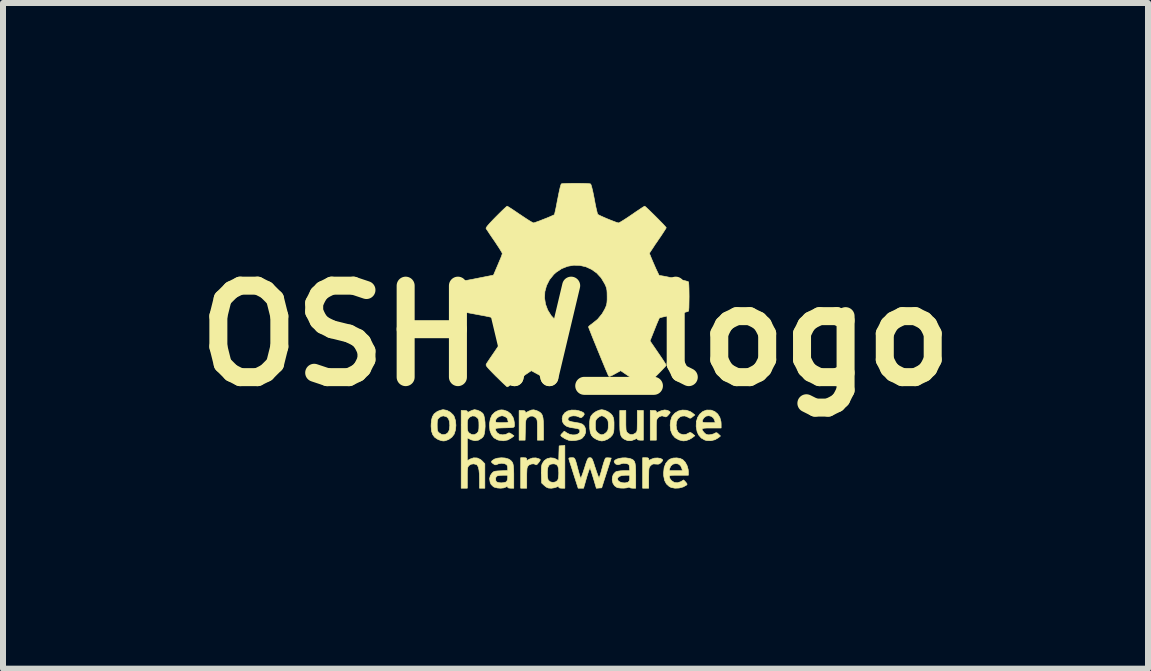
<source format=kicad_pcb>
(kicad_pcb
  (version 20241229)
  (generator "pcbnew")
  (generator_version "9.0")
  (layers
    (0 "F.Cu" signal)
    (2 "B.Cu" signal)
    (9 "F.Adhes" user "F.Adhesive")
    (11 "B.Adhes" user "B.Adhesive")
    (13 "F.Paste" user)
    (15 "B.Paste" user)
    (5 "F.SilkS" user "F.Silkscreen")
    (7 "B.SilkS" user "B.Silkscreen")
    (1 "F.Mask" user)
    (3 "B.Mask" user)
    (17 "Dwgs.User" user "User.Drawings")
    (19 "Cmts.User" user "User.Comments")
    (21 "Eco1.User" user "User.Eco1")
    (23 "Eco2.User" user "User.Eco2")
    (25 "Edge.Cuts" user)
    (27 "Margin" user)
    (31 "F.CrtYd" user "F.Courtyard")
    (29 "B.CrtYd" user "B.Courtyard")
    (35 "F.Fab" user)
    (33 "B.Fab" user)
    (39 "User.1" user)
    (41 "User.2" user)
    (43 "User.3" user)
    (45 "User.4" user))
  (footprint "OSHW_logo"
    (layer "F.Cu")
    (at 6.539 2.544)
    (property "Reference" "OSHW_logo" (at 0 0 0) (layer "F.SilkS") (effects (font (size 1.524 1.524) (thickness 0.3))))
    (attr through_hole)
    (fp_poly (pts (xy 1.533 1.243) (xy 1.566 1.261) (xy 1.577 1.272) (xy 1.574 1.286) (xy 1.556 1.309) (xy 1.549 1.318) (xy 1.523 1.344) (xy 1.504 1.352) (xy 1.487 1.347) (xy 1.441 1.334) (xy 1.399 1.347) (xy 1.377 1.365) (xy 1.365 1.378) (xy 1.356 1.393) (xy 1.351 1.414) (xy 1.348 1.445) (xy 1.346 1.492) (xy 1.346 1.559) (xy 1.346 1.568) (xy 1.346 1.74) (xy 1.245 1.74) (xy 1.245 1.245) (xy 1.295 1.245) (xy 1.33 1.247) (xy 1.345 1.257) (xy 1.346 1.265) (xy 1.351 1.28) (xy 1.356 1.28) (xy 1.427 1.249) (xy 1.485 1.236) (xy 1.533 1.243)) (stroke (width 0.01) (type solid)) (fill yes) (layer "F.SilkS"))
    (fp_poly (pts (xy -0.83 2.034) (xy -0.816 2.043) (xy -0.813 2.057) (xy -0.812 2.073) (xy -0.804 2.075) (xy -0.784 2.065) (xy -0.772 2.057) (xy -0.718 2.037) (xy -0.66 2.035) (xy -0.608 2.05) (xy -0.586 2.065) (xy -0.59 2.077) (xy -0.605 2.101) (xy -0.616 2.115) (xy -0.641 2.144) (xy -0.658 2.151) (xy -0.664 2.147) (xy -0.693 2.134) (xy -0.732 2.136) (xy -0.769 2.15) (xy -0.785 2.163) (xy -0.796 2.177) (xy -0.804 2.193) (xy -0.809 2.216) (xy -0.811 2.252) (xy -0.813 2.304) (xy -0.813 2.366) (xy -0.813 2.54) (xy -0.914 2.54) (xy -0.914 2.032) (xy -0.864 2.032) (xy -0.83 2.034)) (stroke (width 0.01) (type solid)) (fill yes) (layer "F.SilkS"))
    (fp_poly (pts (xy 1.202 2.034) (xy 1.217 2.043) (xy 1.219 2.056) (xy 1.221 2.07) (xy 1.229 2.073) (xy 1.25 2.064) (xy 1.267 2.055) (xy 1.314 2.039) (xy 1.367 2.036) (xy 1.415 2.044) (xy 1.442 2.058) (xy 1.453 2.071) (xy 1.448 2.085) (xy 1.427 2.11) (xy 1.427 2.11) (xy 1.402 2.132) (xy 1.377 2.14) (xy 1.34 2.138) (xy 1.339 2.138) (xy 1.301 2.135) (xy 1.275 2.143) (xy 1.252 2.163) (xy 1.239 2.177) (xy 1.23 2.192) (xy 1.224 2.212) (xy 1.221 2.242) (xy 1.22 2.287) (xy 1.219 2.352) (xy 1.219 2.368) (xy 1.219 2.54) (xy 1.118 2.54) (xy 1.118 2.032) (xy 1.168 2.032) (xy 1.202 2.034)) (stroke (width 0.01) (type solid)) (fill yes) (layer "F.SilkS"))
    (fp_poly (pts (xy 0.838 1.417) (xy 0.838 1.486) (xy 0.84 1.535) (xy 0.842 1.568) (xy 0.847 1.589) (xy 0.856 1.605) (xy 0.868 1.618) (xy 0.869 1.62) (xy 0.91 1.646) (xy 0.953 1.647) (xy 0.995 1.625) (xy 1.008 1.614) (xy 1.018 1.602) (xy 1.024 1.584) (xy 1.027 1.557) (xy 1.028 1.515) (xy 1.029 1.454) (xy 1.029 1.421) (xy 1.029 1.245) (xy 1.13 1.245) (xy 1.13 1.74) (xy 1.079 1.74) (xy 1.043 1.736) (xy 1.029 1.725) (xy 1.029 1.722) (xy 1.024 1.713) (xy 1.007 1.717) (xy 0.982 1.729) (xy 0.925 1.749) (xy 0.872 1.748) (xy 0.827 1.731) (xy 0.795 1.713) (xy 0.772 1.691) (xy 0.756 1.662) (xy 0.745 1.622) (xy 0.739 1.567) (xy 0.737 1.492) (xy 0.737 1.438) (xy 0.737 1.245) (xy 0.838 1.245) (xy 0.838 1.417)) (stroke (width 0.01) (type solid)) (fill yes) (layer "F.SilkS"))
    (fp_poly (pts (xy -0.652 1.246) (xy -0.628 1.256) (xy -0.595 1.274) (xy -0.571 1.296) (xy -0.553 1.326) (xy -0.542 1.369) (xy -0.536 1.427) (xy -0.534 1.504) (xy -0.533 1.554) (xy -0.533 1.74) (xy -0.635 1.74) (xy -0.635 1.568) (xy -0.635 1.498) (xy -0.636 1.45) (xy -0.639 1.417) (xy -0.644 1.395) (xy -0.652 1.38) (xy -0.665 1.366) (xy -0.666 1.365) (xy -0.706 1.339) (xy -0.749 1.338) (xy -0.793 1.362) (xy -0.796 1.364) (xy -0.811 1.377) (xy -0.82 1.391) (xy -0.827 1.409) (xy -0.831 1.437) (xy -0.834 1.48) (xy -0.835 1.542) (xy -0.836 1.567) (xy -0.84 1.74) (xy -0.94 1.74) (xy -0.94 1.245) (xy -0.889 1.245) (xy -0.854 1.248) (xy -0.839 1.258) (xy -0.838 1.264) (xy -0.838 1.277) (xy -0.832 1.281) (xy -0.816 1.275) (xy -0.783 1.258) (xy -0.781 1.257) (xy -0.735 1.238) (xy -0.696 1.234) (xy -0.652 1.246)) (stroke (width 0.01) (type solid)) (fill yes) (layer "F.SilkS"))
    (fp_poly (pts (xy 1.847 1.241) (xy 1.913 1.264) (xy 1.949 1.288) (xy 1.988 1.32) (xy 1.95 1.35) (xy 1.925 1.37) (xy 1.907 1.374) (xy 1.885 1.364) (xy 1.874 1.357) (xy 1.822 1.336) (xy 1.772 1.339) (xy 1.742 1.352) (xy 1.703 1.385) (xy 1.682 1.436) (xy 1.676 1.492) (xy 1.685 1.559) (xy 1.709 1.607) (xy 1.742 1.633) (xy 1.794 1.649) (xy 1.844 1.642) (xy 1.874 1.627) (xy 1.9 1.613) (xy 1.918 1.612) (xy 1.94 1.626) (xy 1.95 1.634) (xy 1.988 1.665) (xy 1.949 1.696) (xy 1.9 1.726) (xy 1.842 1.747) (xy 1.797 1.752) (xy 1.769 1.747) (xy 1.731 1.737) (xy 1.721 1.734) (xy 1.659 1.699) (xy 1.614 1.647) (xy 1.586 1.578) (xy 1.577 1.495) (xy 1.579 1.457) (xy 1.587 1.408) (xy 1.6 1.363) (xy 1.609 1.343) (xy 1.654 1.29) (xy 1.712 1.254) (xy 1.778 1.238) (xy 1.847 1.241)) (stroke (width 0.01) (type solid)) (fill yes) (layer "F.SilkS"))
    (fp_poly (pts (xy -0.178 2.54) (xy -0.229 2.54) (xy -0.264 2.537) (xy -0.278 2.527) (xy -0.279 2.521) (xy -0.282 2.509) (xy -0.294 2.51) (xy -0.317 2.521) (xy -0.354 2.533) (xy -0.399 2.54) (xy -0.412 2.54) (xy -0.453 2.537) (xy -0.485 2.523) (xy -0.518 2.497) (xy -0.565 2.453) (xy -0.569 2.315) (xy -0.57 2.286) (xy -0.47 2.286) (xy -0.467 2.352) (xy -0.458 2.396) (xy -0.451 2.409) (xy -0.419 2.435) (xy -0.377 2.444) (xy -0.335 2.436) (xy -0.301 2.413) (xy -0.298 2.409) (xy -0.286 2.375) (xy -0.28 2.319) (xy -0.279 2.283) (xy -0.283 2.217) (xy -0.295 2.173) (xy -0.317 2.146) (xy -0.352 2.135) (xy -0.374 2.134) (xy -0.416 2.14) (xy -0.445 2.16) (xy -0.462 2.198) (xy -0.469 2.257) (xy -0.47 2.286) (xy -0.57 2.286) (xy -0.57 2.242) (xy -0.568 2.188) (xy -0.561 2.15) (xy -0.554 2.13) (xy -0.521 2.081) (xy -0.474 2.048) (xy -0.417 2.034) (xy -0.359 2.04) (xy -0.321 2.057) (xy -0.28 2.082) (xy -0.277 1.959) (xy -0.273 1.835) (xy -0.178 1.827) (xy -0.178 2.54)) (stroke (width 0.01) (type solid)) (fill yes) (layer "F.SilkS"))
    (fp_poly (pts (xy 1.745 2.045) (xy 1.788 2.066) (xy 1.828 2.108) (xy 1.859 2.165) (xy 1.877 2.229) (xy 1.88 2.263) (xy 1.88 2.324) (xy 1.721 2.324) (xy 1.655 2.324) (xy 1.61 2.325) (xy 1.583 2.328) (xy 1.569 2.333) (xy 1.563 2.341) (xy 1.562 2.35) (xy 1.571 2.376) (xy 1.592 2.406) (xy 1.599 2.414) (xy 1.645 2.444) (xy 1.697 2.45) (xy 1.752 2.432) (xy 1.761 2.427) (xy 1.801 2.402) (xy 1.834 2.437) (xy 1.855 2.463) (xy 1.858 2.478) (xy 1.852 2.486) (xy 1.794 2.519) (xy 1.726 2.537) (xy 1.657 2.54) (xy 1.594 2.528) (xy 1.561 2.511) (xy 1.514 2.468) (xy 1.484 2.411) (xy 1.469 2.336) (xy 1.467 2.286) (xy 1.471 2.248) (xy 1.559 2.248) (xy 1.781 2.248) (xy 1.772 2.213) (xy 1.75 2.165) (xy 1.712 2.136) (xy 1.67 2.129) (xy 1.621 2.14) (xy 1.586 2.172) (xy 1.568 2.213) (xy 1.559 2.248) (xy 1.471 2.248) (xy 1.476 2.197) (xy 1.503 2.127) (xy 1.546 2.074) (xy 1.575 2.055) (xy 1.626 2.038) (xy 1.687 2.035) (xy 1.745 2.045)) (stroke (width 0.01) (type solid)) (fill yes) (layer "F.SilkS"))
    (fp_poly (pts (xy -2.143 1.243) (xy -2.086 1.274) (xy -2.039 1.319) (xy -2.022 1.346) (xy -2 1.414) (xy -1.993 1.492) (xy -2 1.57) (xy -2.022 1.638) (xy -2.022 1.639) (xy -2.06 1.689) (xy -2.113 1.728) (xy -2.173 1.75) (xy -2.203 1.753) (xy -2.239 1.747) (xy -2.281 1.732) (xy -2.298 1.724) (xy -2.347 1.691) (xy -2.379 1.648) (xy -2.399 1.59) (xy -2.406 1.513) (xy -2.406 1.492) (xy -2.305 1.492) (xy -2.304 1.543) (xy -2.301 1.575) (xy -2.293 1.596) (xy -2.278 1.613) (xy -2.269 1.62) (xy -2.229 1.646) (xy -2.189 1.648) (xy -2.155 1.637) (xy -2.123 1.612) (xy -2.103 1.569) (xy -2.096 1.507) (xy -2.095 1.492) (xy -2.101 1.426) (xy -2.118 1.38) (xy -2.147 1.351) (xy -2.155 1.348) (xy -2.2 1.335) (xy -2.24 1.343) (xy -2.269 1.364) (xy -2.288 1.382) (xy -2.298 1.4) (xy -2.303 1.427) (xy -2.305 1.469) (xy -2.305 1.492) (xy -2.406 1.492) (xy -2.401 1.411) (xy -2.385 1.349) (xy -2.356 1.302) (xy -2.311 1.267) (xy -2.298 1.26) (xy -2.257 1.243) (xy -2.216 1.233) (xy -2.203 1.232) (xy -2.143 1.243)) (stroke (width 0.01) (type solid)) (fill yes) (layer "F.SilkS"))
    (fp_poly (pts (xy 0.49 1.242) (xy 0.545 1.268) (xy 0.592 1.304) (xy 0.616 1.333) (xy 0.629 1.362) (xy 0.637 1.396) (xy 0.641 1.443) (xy 0.641 1.492) (xy 0.64 1.554) (xy 0.636 1.597) (xy 0.626 1.629) (xy 0.616 1.651) (xy 0.581 1.691) (xy 0.531 1.725) (xy 0.476 1.747) (xy 0.438 1.753) (xy 0.403 1.747) (xy 0.36 1.732) (xy 0.343 1.724) (xy 0.296 1.695) (xy 0.265 1.659) (xy 0.246 1.612) (xy 0.237 1.548) (xy 0.235 1.492) (xy 0.33 1.492) (xy 0.331 1.54) (xy 0.336 1.57) (xy 0.348 1.593) (xy 0.367 1.614) (xy 0.404 1.641) (xy 0.438 1.651) (xy 0.473 1.641) (xy 0.509 1.614) (xy 0.529 1.591) (xy 0.54 1.568) (xy 0.545 1.536) (xy 0.546 1.492) (xy 0.545 1.445) (xy 0.54 1.414) (xy 0.528 1.392) (xy 0.509 1.371) (xy 0.473 1.344) (xy 0.438 1.333) (xy 0.403 1.344) (xy 0.367 1.371) (xy 0.347 1.393) (xy 0.336 1.416) (xy 0.331 1.448) (xy 0.33 1.492) (xy 0.235 1.492) (xy 0.236 1.431) (xy 0.241 1.388) (xy 0.25 1.355) (xy 0.261 1.333) (xy 0.295 1.294) (xy 0.345 1.26) (xy 0.4 1.238) (xy 0.438 1.232) (xy 0.49 1.242)) (stroke (width 0.01) (type solid)) (fill yes) (layer "F.SilkS"))
    (fp_poly (pts (xy 2.258 1.239) (xy 2.319 1.262) (xy 2.369 1.304) (xy 2.405 1.363) (xy 2.424 1.434) (xy 2.426 1.47) (xy 2.426 1.537) (xy 2.267 1.537) (xy 2.195 1.537) (xy 2.146 1.54) (xy 2.118 1.547) (xy 2.108 1.558) (xy 2.114 1.576) (xy 2.133 1.602) (xy 2.141 1.612) (xy 2.17 1.639) (xy 2.203 1.65) (xy 2.225 1.651) (xy 2.268 1.645) (xy 2.308 1.632) (xy 2.312 1.629) (xy 2.338 1.616) (xy 2.356 1.617) (xy 2.377 1.634) (xy 2.382 1.639) (xy 2.415 1.67) (xy 2.382 1.698) (xy 2.324 1.732) (xy 2.255 1.749) (xy 2.184 1.746) (xy 2.153 1.737) (xy 2.095 1.704) (xy 2.05 1.652) (xy 2.025 1.595) (xy 2.01 1.511) (xy 2.013 1.432) (xy 2.112 1.432) (xy 2.124 1.442) (xy 2.155 1.447) (xy 2.208 1.448) (xy 2.218 1.448) (xy 2.327 1.448) (xy 2.319 1.413) (xy 2.298 1.37) (xy 2.263 1.343) (xy 2.221 1.332) (xy 2.179 1.338) (xy 2.143 1.363) (xy 2.127 1.385) (xy 2.113 1.414) (xy 2.112 1.432) (xy 2.013 1.432) (xy 2.013 1.432) (xy 2.034 1.361) (xy 2.071 1.304) (xy 2.122 1.261) (xy 2.185 1.238) (xy 2.19 1.238) (xy 2.258 1.239)) (stroke (width 0.01) (type solid)) (fill yes) (layer "F.SilkS"))
    (fp_poly (pts (xy 0.004 1.239) (xy 0.054 1.249) (xy 0.108 1.268) (xy 0.138 1.287) (xy 0.146 1.308) (xy 0.132 1.333) (xy 0.125 1.341) (xy 0.102 1.361) (xy 0.084 1.365) (xy 0.058 1.354) (xy 0.056 1.353) (xy 0.011 1.337) (xy -0.037 1.334) (xy -0.08 1.341) (xy -0.112 1.359) (xy -0.127 1.384) (xy -0.127 1.39) (xy -0.121 1.408) (xy -0.102 1.422) (xy -0.065 1.433) (xy -0.007 1.443) (xy 0.004 1.445) (xy 0.068 1.456) (xy 0.112 1.472) (xy 0.141 1.496) (xy 0.159 1.531) (xy 0.166 1.552) (xy 0.169 1.609) (xy 0.149 1.662) (xy 0.111 1.706) (xy 0.093 1.718) (xy 0.048 1.735) (xy -0.008 1.745) (xy -0.066 1.748) (xy -0.113 1.742) (xy -0.115 1.741) (xy -0.177 1.715) (xy -0.228 1.682) (xy -0.232 1.679) (xy -0.245 1.665) (xy -0.244 1.651) (xy -0.227 1.63) (xy -0.221 1.625) (xy -0.188 1.59) (xy -0.143 1.62) (xy -0.098 1.642) (xy -0.05 1.652) (xy -0.004 1.651) (xy 0.035 1.639) (xy 0.063 1.619) (xy 0.073 1.591) (xy 0.07 1.576) (xy 0.065 1.564) (xy 0.054 1.555) (xy 0.033 1.547) (xy -0.002 1.541) (xy -0.056 1.533) (xy -0.079 1.53) (xy -0.142 1.512) (xy -0.189 1.479) (xy -0.217 1.433) (xy -0.223 1.379) (xy -0.211 1.329) (xy -0.179 1.284) (xy -0.13 1.253) (xy -0.068 1.238) (xy 0.004 1.239)) (stroke (width 0.01) (type solid)) (fill yes) (layer "F.SilkS"))
    (fp_poly (pts (xy 0.89 2.042) (xy 0.904 2.045) (xy 0.938 2.057) (xy 0.963 2.072) (xy 0.981 2.094) (xy 0.992 2.127) (xy 0.999 2.175) (xy 1.002 2.24) (xy 1.003 2.328) (xy 1.003 2.332) (xy 1.003 2.54) (xy 0.953 2.54) (xy 0.921 2.537) (xy 0.903 2.53) (xy 0.902 2.527) (xy 0.894 2.52) (xy 0.877 2.527) (xy 0.847 2.535) (xy 0.803 2.539) (xy 0.754 2.538) (xy 0.711 2.533) (xy 0.691 2.528) (xy 0.65 2.499) (xy 0.623 2.456) (xy 0.611 2.406) (xy 0.612 2.388) (xy 0.699 2.388) (xy 0.71 2.415) (xy 0.739 2.436) (xy 0.78 2.449) (xy 0.825 2.452) (xy 0.868 2.442) (xy 0.877 2.438) (xy 0.895 2.419) (xy 0.902 2.385) (xy 0.902 2.374) (xy 0.902 2.324) (xy 0.828 2.324) (xy 0.767 2.33) (xy 0.724 2.346) (xy 0.701 2.372) (xy 0.699 2.388) (xy 0.612 2.388) (xy 0.614 2.354) (xy 0.631 2.307) (xy 0.664 2.272) (xy 0.679 2.263) (xy 0.708 2.256) (xy 0.753 2.25) (xy 0.805 2.248) (xy 0.808 2.248) (xy 0.903 2.248) (xy 0.899 2.194) (xy 0.895 2.16) (xy 0.884 2.142) (xy 0.86 2.133) (xy 0.843 2.129) (xy 0.797 2.124) (xy 0.758 2.134) (xy 0.749 2.138) (xy 0.707 2.15) (xy 0.672 2.139) (xy 0.651 2.118) (xy 0.643 2.095) (xy 0.656 2.074) (xy 0.687 2.056) (xy 0.73 2.043) (xy 0.781 2.035) (xy 0.836 2.034) (xy 0.89 2.042)) (stroke (width 0.01) (type solid)) (fill yes) (layer "F.SilkS"))
    (fp_poly (pts (xy -1.199 1.238) (xy -1.133 1.26) (xy -1.079 1.302) (xy -1.041 1.361) (xy -1.028 1.401) (xy -1.02 1.445) (xy -1.017 1.484) (xy -1.018 1.499) (xy -1.02 1.512) (xy -1.027 1.521) (xy -1.041 1.527) (xy -1.067 1.53) (xy -1.11 1.532) (xy -1.174 1.534) (xy -1.178 1.534) (xy -1.243 1.536) (xy -1.287 1.538) (xy -1.314 1.541) (xy -1.328 1.547) (xy -1.333 1.555) (xy -1.333 1.563) (xy -1.325 1.589) (xy -1.304 1.618) (xy -1.302 1.62) (xy -1.262 1.644) (xy -1.212 1.651) (xy -1.161 1.643) (xy -1.137 1.631) (xy -1.115 1.619) (xy -1.097 1.62) (xy -1.071 1.635) (xy -1.065 1.639) (xy -1.025 1.668) (xy -1.062 1.698) (xy -1.128 1.736) (xy -1.202 1.75) (xy -1.28 1.74) (xy -1.302 1.733) (xy -1.359 1.701) (xy -1.4 1.649) (xy -1.426 1.58) (xy -1.434 1.496) (xy -1.433 1.463) (xy -1.426 1.422) (xy -1.333 1.422) (xy -1.332 1.434) (xy -1.323 1.442) (xy -1.302 1.446) (xy -1.264 1.448) (xy -1.224 1.448) (xy -1.171 1.447) (xy -1.139 1.445) (xy -1.124 1.44) (xy -1.121 1.432) (xy -1.123 1.428) (xy -1.129 1.404) (xy -1.13 1.396) (xy -1.141 1.372) (xy -1.169 1.35) (xy -1.206 1.336) (xy -1.226 1.333) (xy -1.268 1.343) (xy -1.305 1.367) (xy -1.329 1.399) (xy -1.333 1.422) (xy -1.426 1.422) (xy -1.419 1.383) (xy -1.391 1.321) (xy -1.346 1.276) (xy -1.317 1.259) (xy -1.273 1.24) (xy -1.235 1.235) (xy -1.199 1.238)) (stroke (width 0.01) (type solid)) (fill yes) (layer "F.SilkS"))
    (fp_poly (pts (xy -1.174 2.037) (xy -1.121 2.052) (xy -1.095 2.066) (xy -1.071 2.086) (xy -1.054 2.107) (xy -1.042 2.135) (xy -1.035 2.174) (xy -1.031 2.227) (xy -1.029 2.299) (xy -1.029 2.346) (xy -1.029 2.54) (xy -1.079 2.54) (xy -1.114 2.537) (xy -1.129 2.527) (xy -1.13 2.52) (xy -1.133 2.508) (xy -1.144 2.511) (xy -1.159 2.52) (xy -1.197 2.535) (xy -1.248 2.54) (xy -1.303 2.536) (xy -1.352 2.523) (xy -1.368 2.515) (xy -1.407 2.477) (xy -1.423 2.44) (xy -1.43 2.392) (xy -1.333 2.392) (xy -1.325 2.423) (xy -1.311 2.437) (xy -1.279 2.448) (xy -1.235 2.451) (xy -1.192 2.447) (xy -1.159 2.437) (xy -1.15 2.431) (xy -1.136 2.405) (xy -1.13 2.369) (xy -1.13 2.368) (xy -1.13 2.324) (xy -1.207 2.324) (xy -1.253 2.326) (xy -1.291 2.332) (xy -1.309 2.337) (xy -1.328 2.36) (xy -1.333 2.392) (xy -1.43 2.392) (xy -1.432 2.381) (xy -1.419 2.329) (xy -1.392 2.29) (xy -1.375 2.273) (xy -1.358 2.262) (xy -1.332 2.256) (xy -1.293 2.252) (xy -1.246 2.25) (xy -1.13 2.245) (xy -1.13 2.204) (xy -1.135 2.17) (xy -1.148 2.148) (xy -1.148 2.147) (xy -1.186 2.13) (xy -1.235 2.124) (xy -1.283 2.133) (xy -1.295 2.138) (xy -1.324 2.15) (xy -1.345 2.149) (xy -1.37 2.133) (xy -1.373 2.131) (xy -1.396 2.112) (xy -1.401 2.098) (xy -1.39 2.082) (xy -1.389 2.081) (xy -1.351 2.055) (xy -1.298 2.039) (xy -1.236 2.033) (xy -1.174 2.037)) (stroke (width 0.01) (type solid)) (fill yes) (layer "F.SilkS"))
    (fp_poly (pts (xy -0.031 2.034) (xy -0.02 2.041) (xy -0.009 2.057) (xy 0.002 2.085) (xy 0.015 2.128) (xy 0.031 2.189) (xy 0.051 2.264) (xy 0.065 2.313) (xy 0.077 2.351) (xy 0.085 2.372) (xy 0.088 2.375) (xy 0.094 2.363) (xy 0.106 2.332) (xy 0.123 2.285) (xy 0.142 2.227) (xy 0.15 2.203) (xy 0.171 2.136) (xy 0.187 2.089) (xy 0.2 2.059) (xy 0.21 2.042) (xy 0.221 2.034) (xy 0.235 2.032) (xy 0.239 2.032) (xy 0.254 2.033) (xy 0.265 2.038) (xy 0.276 2.052) (xy 0.287 2.077) (xy 0.302 2.118) (xy 0.321 2.179) (xy 0.33 2.204) (xy 0.35 2.265) (xy 0.368 2.315) (xy 0.382 2.35) (xy 0.392 2.366) (xy 0.394 2.366) (xy 0.4 2.351) (xy 0.412 2.315) (xy 0.427 2.266) (xy 0.443 2.206) (xy 0.445 2.199) (xy 0.462 2.139) (xy 0.478 2.089) (xy 0.492 2.053) (xy 0.502 2.037) (xy 0.503 2.036) (xy 0.526 2.033) (xy 0.556 2.034) (xy 0.595 2.038) (xy 0.436 2.534) (xy 0.392 2.537) (xy 0.347 2.541) (xy 0.299 2.379) (xy 0.28 2.318) (xy 0.264 2.266) (xy 0.251 2.227) (xy 0.243 2.207) (xy 0.242 2.206) (xy 0.235 2.214) (xy 0.223 2.242) (xy 0.208 2.287) (xy 0.19 2.344) (xy 0.183 2.368) (xy 0.134 2.54) (xy 0.044 2.54) (xy -0.031 2.308) (xy -0.054 2.234) (xy -0.075 2.168) (xy -0.093 2.113) (xy -0.105 2.074) (xy -0.111 2.054) (xy -0.111 2.054) (xy -0.111 2.04) (xy -0.096 2.033) (xy -0.065 2.032) (xy -0.046 2.032) (xy -0.031 2.034)) (stroke (width 0.01) (type solid)) (fill yes) (layer "F.SilkS"))
    (fp_poly (pts (xy -1.633 1.241) (xy -1.584 1.263) (xy -1.546 1.292) (xy -1.545 1.293) (xy -1.528 1.325) (xy -1.516 1.377) (xy -1.508 1.44) (xy -1.506 1.51) (xy -1.511 1.58) (xy -1.511 1.581) (xy -1.519 1.631) (xy -1.529 1.665) (xy -1.545 1.689) (xy -1.561 1.704) (xy -1.616 1.739) (xy -1.675 1.749) (xy -1.738 1.734) (xy -1.748 1.729) (xy -1.803 1.702) (xy -1.803 1.892) (xy -1.803 2.082) (xy -1.758 2.055) (xy -1.699 2.034) (xy -1.639 2.036) (xy -1.583 2.062) (xy -1.553 2.088) (xy -1.511 2.133) (xy -1.511 2.54) (xy -1.6 2.54) (xy -1.6 2.397) (xy -1.602 2.305) (xy -1.609 2.235) (xy -1.621 2.186) (xy -1.638 2.156) (xy -1.651 2.146) (xy -1.697 2.134) (xy -1.743 2.141) (xy -1.776 2.163) (xy -1.787 2.177) (xy -1.795 2.193) (xy -1.799 2.216) (xy -1.802 2.252) (xy -1.803 2.304) (xy -1.803 2.366) (xy -1.803 2.54) (xy -1.905 2.54) (xy -1.905 1.492) (xy -1.803 1.492) (xy -1.802 1.543) (xy -1.798 1.576) (xy -1.79 1.599) (xy -1.774 1.618) (xy -1.772 1.62) (xy -1.731 1.646) (xy -1.687 1.649) (xy -1.646 1.627) (xy -1.638 1.619) (xy -1.623 1.599) (xy -1.614 1.576) (xy -1.61 1.541) (xy -1.609 1.492) (xy -1.61 1.441) (xy -1.614 1.407) (xy -1.623 1.384) (xy -1.638 1.365) (xy -1.678 1.339) (xy -1.722 1.336) (xy -1.764 1.357) (xy -1.772 1.365) (xy -1.788 1.384) (xy -1.798 1.406) (xy -1.802 1.437) (xy -1.803 1.486) (xy -1.803 1.492) (xy -1.905 1.492) (xy -1.905 1.245) (xy -1.854 1.245) (xy -1.819 1.248) (xy -1.804 1.258) (xy -1.803 1.264) (xy -1.8 1.274) (xy -1.785 1.272) (xy -1.756 1.257) (xy -1.719 1.241) (xy -1.686 1.232) (xy -1.679 1.232) (xy -1.633 1.241)) (stroke (width 0.01) (type solid)) (fill yes) (layer "F.SilkS"))
    (fp_poly (pts (xy 0.074 -2.539) (xy 0.139 -2.538) (xy 0.193 -2.536) (xy 0.232 -2.533) (xy 0.251 -2.529) (xy 0.251 -2.529) (xy 0.259 -2.513) (xy 0.27 -2.476) (xy 0.284 -2.421) (xy 0.299 -2.35) (xy 0.313 -2.279) (xy 0.327 -2.203) (xy 0.341 -2.135) (xy 0.354 -2.08) (xy 0.363 -2.042) (xy 0.37 -2.024) (xy 0.37 -2.024) (xy 0.386 -2.013) (xy 0.421 -1.996) (xy 0.468 -1.975) (xy 0.523 -1.951) (xy 0.58 -1.928) (xy 0.634 -1.907) (xy 0.679 -1.89) (xy 0.709 -1.881) (xy 0.717 -1.88) (xy 0.734 -1.887) (xy 0.767 -1.906) (xy 0.815 -1.936) (xy 0.872 -1.973) (xy 0.935 -2.016) (xy 0.94 -2.019) (xy 1.003 -2.063) (xy 1.059 -2.1) (xy 1.105 -2.131) (xy 1.137 -2.151) (xy 1.152 -2.159) (xy 1.152 -2.159) (xy 1.164 -2.15) (xy 1.19 -2.127) (xy 1.227 -2.092) (xy 1.272 -2.048) (xy 1.321 -2) (xy 1.37 -1.951) (xy 1.417 -1.903) (xy 1.458 -1.861) (xy 1.489 -1.827) (xy 1.508 -1.805) (xy 1.511 -1.799) (xy 1.504 -1.786) (xy 1.485 -1.756) (xy 1.456 -1.711) (xy 1.419 -1.655) (xy 1.376 -1.593) (xy 1.372 -1.586) (xy 1.328 -1.523) (xy 1.291 -1.466) (xy 1.261 -1.421) (xy 1.24 -1.389) (xy 1.232 -1.374) (xy 1.232 -1.374) (xy 1.237 -1.358) (xy 1.25 -1.325) (xy 1.269 -1.279) (xy 1.292 -1.225) (xy 1.317 -1.168) (xy 1.341 -1.113) (xy 1.364 -1.065) (xy 1.382 -1.027) (xy 1.393 -1.006) (xy 1.395 -1.003) (xy 1.421 -1.001) (xy 1.464 -0.994) (xy 1.52 -0.983) (xy 1.584 -0.97) (xy 1.652 -0.956) (xy 1.719 -0.941) (xy 1.78 -0.927) (xy 1.831 -0.915) (xy 1.866 -0.905) (xy 1.881 -0.899) (xy 1.882 -0.899) (xy 1.885 -0.881) (xy 1.888 -0.843) (xy 1.89 -0.789) (xy 1.891 -0.725) (xy 1.892 -0.656) (xy 1.891 -0.587) (xy 1.89 -0.523) (xy 1.889 -0.469) (xy 1.886 -0.43) (xy 1.883 -0.411) (xy 1.882 -0.41) (xy 1.867 -0.403) (xy 1.831 -0.393) (xy 1.779 -0.38) (xy 1.713 -0.366) (xy 1.64 -0.351) (xy 1.566 -0.337) (xy 1.501 -0.323) (xy 1.448 -0.311) (xy 1.412 -0.302) (xy 1.397 -0.296) (xy 1.39 -0.281) (xy 1.375 -0.247) (xy 1.354 -0.198) (xy 1.33 -0.138) (xy 1.315 -0.1) (xy 1.241 0.086) (xy 1.376 0.283) (xy 1.419 0.346) (xy 1.456 0.401) (xy 1.485 0.446) (xy 1.504 0.477) (xy 1.511 0.491) (xy 1.511 0.491) (xy 1.503 0.503) (xy 1.479 0.53) (xy 1.442 0.569) (xy 1.396 0.617) (xy 1.342 0.671) (xy 1.334 0.679) (xy 1.156 0.856) (xy 0.954 0.719) (xy 0.752 0.582) (xy 0.656 0.635) (xy 0.61 0.66) (xy 0.58 0.673) (xy 0.563 0.677) (xy 0.553 0.672) (xy 0.548 0.664) (xy 0.539 0.644) (xy 0.522 0.604) (xy 0.498 0.549) (xy 0.47 0.481) (xy 0.438 0.404) (xy 0.404 0.321) (xy 0.369 0.236) (xy 0.335 0.152) (xy 0.302 0.072) (xy 0.273 -0.000242) (xy 0.249 -0.062) (xy 0.23 -0.109) (xy 0.219 -0.139) (xy 0.216 -0.148) (xy 0.226 -0.161) (xy 0.251 -0.182) (xy 0.277 -0.201) (xy 0.367 -0.273) (xy 0.442 -0.364) (xy 0.487 -0.442) (xy 0.506 -0.484) (xy 0.518 -0.519) (xy 0.524 -0.556) (xy 0.527 -0.602) (xy 0.527 -0.654) (xy 0.526 -0.715) (xy 0.523 -0.759) (xy 0.516 -0.795) (xy 0.503 -0.831) (xy 0.486 -0.867) (xy 0.427 -0.965) (xy 0.353 -1.045) (xy 0.267 -1.106) (xy 0.173 -1.149) (xy 0.072 -1.172) (xy -0.031 -1.175) (xy -0.133 -1.157) (xy -0.231 -1.118) (xy -0.323 -1.057) (xy -0.362 -1.022) (xy -0.434 -0.933) (xy -0.483 -0.836) (xy -0.511 -0.734) (xy -0.516 -0.63) (xy -0.5 -0.526) (xy -0.463 -0.427) (xy -0.405 -0.334) (xy -0.326 -0.251) (xy -0.285 -0.218) (xy -0.247 -0.189) (xy -0.218 -0.163) (xy -0.204 -0.145) (xy -0.203 -0.143) (xy -0.208 -0.128) (xy -0.221 -0.092) (xy -0.241 -0.04) (xy -0.267 0.025) (xy -0.298 0.1) (xy -0.331 0.182) (xy -0.366 0.267) (xy -0.401 0.352) (xy -0.434 0.433) (xy -0.466 0.508) (xy -0.493 0.572) (xy -0.515 0.623) (xy -0.53 0.657) (xy -0.537 0.67) (xy -0.549 0.674) (xy -0.573 0.668) (xy -0.612 0.65) (xy -0.643 0.633) (xy -0.737 0.582) (xy -0.854 0.661) (xy -0.912 0.701) (xy -0.972 0.742) (xy -1.025 0.779) (xy -1.049 0.796) (xy -1.088 0.822) (xy -1.119 0.842) (xy -1.137 0.851) (xy -1.138 0.851) (xy -1.15 0.842) (xy -1.176 0.818) (xy -1.215 0.782) (xy -1.263 0.735) (xy -1.317 0.682) (xy -1.325 0.675) (xy -1.386 0.613) (xy -1.43 0.567) (xy -1.461 0.533) (xy -1.48 0.509) (xy -1.489 0.493) (xy -1.49 0.48) (xy -1.487 0.473) (xy -1.476 0.454) (xy -1.452 0.418) (xy -1.42 0.37) (xy -1.381 0.313) (xy -1.353 0.272) (xy -1.313 0.213) (xy -1.278 0.16) (xy -1.252 0.119) (xy -1.236 0.091) (xy -1.232 0.083) (xy -1.237 0.066) (xy -1.249 0.031) (xy -1.267 -0.018) (xy -1.289 -0.074) (xy -1.313 -0.133) (xy -1.336 -0.19) (xy -1.357 -0.239) (xy -1.373 -0.276) (xy -1.383 -0.295) (xy -1.384 -0.296) (xy -1.39 -0.301) (xy -1.402 -0.306) (xy -1.423 -0.312) (xy -1.455 -0.319) (xy -1.502 -0.329) (xy -1.567 -0.341) (xy -1.653 -0.357) (xy -1.68 -0.362) (xy -1.867 -0.397) (xy -1.867 -0.913) (xy -1.819 -0.922) (xy -1.79 -0.927) (xy -1.742 -0.936) (xy -1.68 -0.948) (xy -1.61 -0.962) (xy -1.57 -0.97) (xy -1.367 -1.01) (xy -1.294 -1.181) (xy -1.268 -1.243) (xy -1.245 -1.297) (xy -1.229 -1.339) (xy -1.221 -1.365) (xy -1.22 -1.369) (xy -1.226 -1.385) (xy -1.245 -1.417) (xy -1.274 -1.464) (xy -1.311 -1.52) (xy -1.35 -1.579) (xy -1.393 -1.641) (xy -1.431 -1.697) (xy -1.461 -1.743) (xy -1.483 -1.775) (xy -1.491 -1.788) (xy -1.487 -1.803) (xy -1.465 -1.833) (xy -1.425 -1.879) (xy -1.366 -1.941) (xy -1.326 -1.982) (xy -1.271 -2.037) (xy -1.223 -2.084) (xy -1.183 -2.122) (xy -1.154 -2.148) (xy -1.14 -2.159) (xy -1.14 -2.159) (xy -1.126 -2.152) (xy -1.095 -2.133) (xy -1.05 -2.104) (xy -0.995 -2.067) (xy -0.932 -2.024) (xy -0.924 -2.019) (xy -0.86 -1.976) (xy -0.802 -1.938) (xy -0.754 -1.908) (xy -0.719 -1.888) (xy -0.701 -1.88) (xy -0.701 -1.88) (xy -0.683 -1.884) (xy -0.647 -1.897) (xy -0.599 -1.914) (xy -0.544 -1.936) (xy -0.487 -1.958) (xy -0.434 -1.98) (xy -0.391 -1.999) (xy -0.362 -2.012) (xy -0.353 -2.017) (xy -0.348 -2.032) (xy -0.34 -2.067) (xy -0.328 -2.12) (xy -0.315 -2.186) (xy -0.301 -2.261) (xy -0.298 -2.273) (xy -0.283 -2.35) (xy -0.269 -2.417) (xy -0.256 -2.473) (xy -0.245 -2.511) (xy -0.238 -2.529) (xy -0.237 -2.53) (xy -0.219 -2.534) (xy -0.181 -2.536) (xy -0.127 -2.538) (xy -0.064 -2.539) (xy 0.005 -2.539) (xy 0.074 -2.539)) (stroke (width 0.01) (type solid)) (fill yes) (layer "F.SilkS")))
  (gr_rect
    (start -3 -3)
    (end 16.077 8.091)
    (stroke (width 0.1) (type default))
    (fill no)
    (layer "Edge.Cuts")))
</source>
